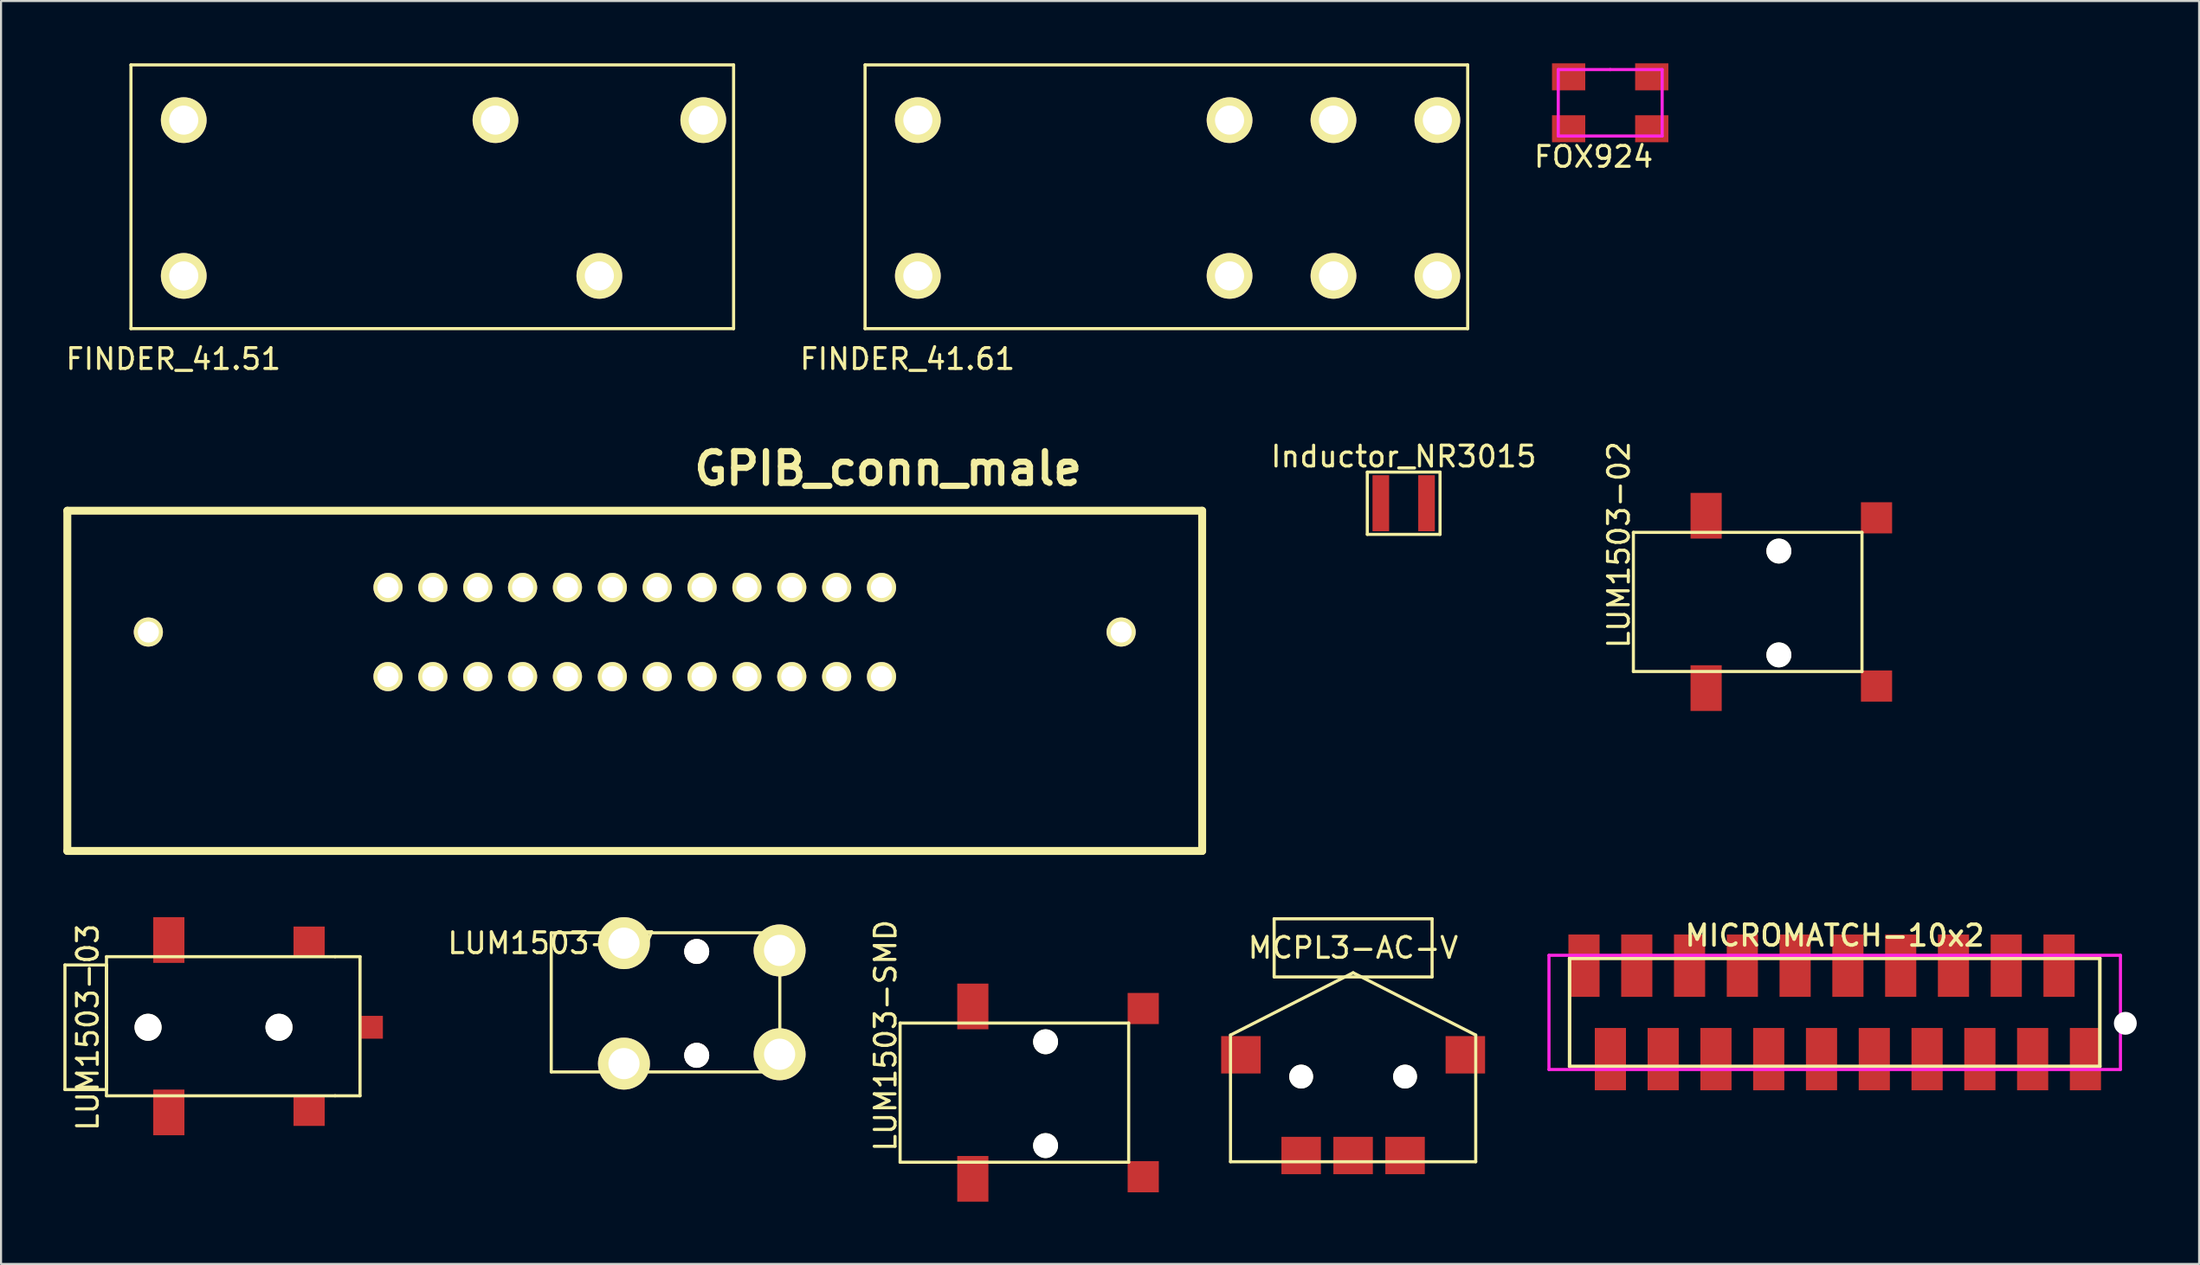
<source format=kicad_pcb>
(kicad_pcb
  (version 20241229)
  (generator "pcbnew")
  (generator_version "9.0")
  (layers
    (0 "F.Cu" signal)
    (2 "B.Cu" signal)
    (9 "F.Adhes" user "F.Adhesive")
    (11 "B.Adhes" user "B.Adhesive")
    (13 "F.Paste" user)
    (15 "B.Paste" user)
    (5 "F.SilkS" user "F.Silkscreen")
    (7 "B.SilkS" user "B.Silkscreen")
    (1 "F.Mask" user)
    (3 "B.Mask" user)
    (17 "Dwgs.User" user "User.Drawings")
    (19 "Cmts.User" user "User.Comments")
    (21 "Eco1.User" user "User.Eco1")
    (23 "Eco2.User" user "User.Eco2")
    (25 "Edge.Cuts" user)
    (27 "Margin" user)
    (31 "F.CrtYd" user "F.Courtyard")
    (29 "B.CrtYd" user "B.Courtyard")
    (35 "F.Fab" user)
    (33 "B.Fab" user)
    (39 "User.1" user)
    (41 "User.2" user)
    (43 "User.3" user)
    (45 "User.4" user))
  (footprint "LUM1503-02"
    (layer "F.Cu")
    (at 81.151 25.984)
    (property "Reference" "LUM1503-02" (at -6.3 -2.8 90) (layer "F.SilkS") (effects (font (size 1 1) (thickness 0.15))))
    (attr through_hole)
    (fp_line (start -5.6 -3.4) (end -5.6 3.3) (stroke (width 0.15) (type solid)) (layer "F.SilkS"))
    (fp_line (start -5.6 3.3) (end 5.4 3.3) (stroke (width 0.15) (type solid)) (layer "F.SilkS"))
    (fp_line (start 5.4 -3.4) (end -5.6 -3.4) (stroke (width 0.15) (type solid)) (layer "F.SilkS"))
    (fp_line (start 5.4 3.3) (end 5.4 -3.4) (stroke (width 0.15) (type solid)) (layer "F.SilkS"))
    (pad "" np_thru_hole circle (at 1.4 -2.5) (size 1.2 1.2) (drill 1.2) (layers "*.Cu" "*.Mask" "F.SilkS"))
    (pad "" np_thru_hole circle (at 1.4 2.5) (size 1.2 1.2) (drill 1.2) (layers "*.Cu" "*.Mask" "F.SilkS"))
    (pad "1" smd rect (at 6.1 4) (size 1.5 1.5) (layers "F.Cu" "F.Mask" "F.Paste"))
    (pad "2" smd rect (at -2.1 -4.2) (size 1.5 2.2) (layers "F.Cu" "F.Mask" "F.Paste"))
    (pad "2" smd rect (at -2.1 4.1) (size 1.5 2.2) (layers "F.Cu" "F.Mask" "F.Paste"))
    (pad "3" smd rect (at 6.1 -4.1) (size 1.5 1.5) (layers "F.Cu" "F.Mask" "F.Paste")))
  (footprint "Inductor_NR3015"
    (layer "F.Cu")
    (at 64.497 21.181)
    (property "Reference" "Inductor_NR3015" (at 0 -2.25 0) (layer "F.SilkS") (effects (font (size 1 1) (thickness 0.15))))
    (attr through_hole)
    (fp_line (start -1.75 -1.5) (end 1.75 -1.5) (stroke (width 0.15) (type solid)) (layer "F.SilkS"))
    (fp_line (start -1.75 1.5) (end -1.75 -1.5) (stroke (width 0.15) (type solid)) (layer "F.SilkS"))
    (fp_line (start 1.75 -1.5) (end 1.75 1.5) (stroke (width 0.15) (type solid)) (layer "F.SilkS"))
    (fp_line (start 1.75 1.5) (end -1.75 1.5) (stroke (width 0.15) (type solid)) (layer "F.SilkS"))
    (pad "1" smd rect (at -1.1 0) (size 0.8 2.7) (layers "F.Cu" "F.Mask" "F.Paste"))
    (pad "2" smd rect (at 1.1 0) (size 0.8 2.7) (layers "F.Cu" "F.Mask" "F.Paste")))
  (footprint "FINDER_41.51"
    (layer "F.Cu")
    (at 16.792 6.235)
    (property "Reference" "FINDER_41.51" (at -11.5 8 0) (layer "F.SilkS") (effects (font (size 1 1) (thickness 0.15))))
    (attr through_hole)
    (fp_line (start -13.54 -6.16) (end 15.46 -6.16) (stroke (width 0.15) (type solid)) (layer "F.SilkS"))
    (fp_line (start -13.54 6.54) (end -13.54 -6.16) (stroke (width 0.15) (type solid)) (layer "F.SilkS"))
    (fp_line (start 15.46 -6.16) (end 15.46 6.54) (stroke (width 0.15) (type solid)) (layer "F.SilkS"))
    (fp_line (start 15.46 6.54) (end -13.54 6.54) (stroke (width 0.15) (type solid)) (layer "F.SilkS"))
    (pad "11" thru_hole circle (at 9 4) (size 2.2 2.2) (drill 1.4) (layers "*.Cu" "*.Mask" "F.SilkS"))
    (pad "12" thru_hole circle (at 4 -3.5) (size 2.2 2.2) (drill 1.4) (layers "*.Cu" "*.Mask" "F.SilkS"))
    (pad "14" thru_hole circle (at 14 -3.5) (size 2.2 2.2) (drill 1.4) (layers "*.Cu" "*.Mask" "F.SilkS"))
    (pad "A1" thru_hole circle (at -11 -3.5) (size 2.2 2.2) (drill 1.4) (layers "*.Cu" "*.Mask" "F.SilkS"))
    (pad "A2" thru_hole circle (at -11 4) (size 2.2 2.2) (drill 1.4) (layers "*.Cu" "*.Mask" "F.SilkS")))
  (footprint "GPIB_conn_male"
    (layer "F.Cu")
    (at 27.495 27.384)
    (property "Reference" "GPIB_conn_male" (at 12.192 -7.874 0) (layer "F.SilkS") (effects (font (size 1.524 1.524) (thickness 0.305))))
    (attr through_hole)
    (fp_line (start -27.305 -5.842) (end 27.305 -5.842) (stroke (width 0.381) (type solid)) (layer "F.SilkS"))
    (fp_line (start -27.305 10.541) (end -27.305 -5.842) (stroke (width 0.381) (type solid)) (layer "F.SilkS"))
    (fp_line (start -27.305 10.541) (end 27.305 10.541) (stroke (width 0.381) (type solid)) (layer "F.SilkS"))
    (fp_line (start 27.305 -5.842) (end 27.305 10.541) (stroke (width 0.381) (type solid)) (layer "F.SilkS"))
    (pad "1" thru_hole circle (at -11.874 -2.146) (size 1.4 1.4) (drill 1.016) (layers "*.Cu" "*.Mask" "F.SilkS"))
    (pad "2" thru_hole circle (at -9.716 -2.146) (size 1.4 1.4) (drill 1.016) (layers "*.Cu" "*.Mask" "F.SilkS"))
    (pad "3" thru_hole circle (at -7.556 -2.146) (size 1.4 1.4) (drill 1.016) (layers "*.Cu" "*.Mask" "F.SilkS"))
    (pad "4" thru_hole circle (at -5.397 -2.146) (size 1.4 1.4) (drill 1.016) (layers "*.Cu" "*.Mask" "F.SilkS"))
    (pad "5" thru_hole circle (at -3.239 -2.146) (size 1.4 1.4) (drill 1.016) (layers "*.Cu" "*.Mask" "F.SilkS"))
    (pad "6" thru_hole circle (at -1.079 -2.146) (size 1.4 1.4) (drill 1.016) (layers "*.Cu" "*.Mask" "F.SilkS"))
    (pad "7" thru_hole circle (at 1.079 -2.146) (size 1.4 1.4) (drill 1.016) (layers "*.Cu" "*.Mask" "F.SilkS"))
    (pad "8" thru_hole circle (at 3.239 -2.146) (size 1.4 1.4) (drill 1.016) (layers "*.Cu" "*.Mask" "F.SilkS"))
    (pad "9" thru_hole circle (at 5.397 -2.146) (size 1.4 1.4) (drill 1.016) (layers "*.Cu" "*.Mask" "F.SilkS"))
    (pad "10" thru_hole circle (at 7.556 -2.146) (size 1.4 1.4) (drill 1.016) (layers "*.Cu" "*.Mask" "F.SilkS"))
    (pad "11" thru_hole circle (at 9.716 -2.146) (size 1.4 1.4) (drill 1.016) (layers "*.Cu" "*.Mask" "F.SilkS"))
    (pad "12" thru_hole circle (at 11.874 -2.146) (size 1.4 1.4) (drill 1.016) (layers "*.Cu" "*.Mask" "F.SilkS"))
    (pad "13" thru_hole circle (at -11.874 2.146) (size 1.4 1.4) (drill 1.016) (layers "*.Cu" "*.Mask" "F.SilkS"))
    (pad "14" thru_hole circle (at -9.716 2.146) (size 1.4 1.4) (drill 1.016) (layers "*.Cu" "*.Mask" "F.SilkS"))
    (pad "15" thru_hole circle (at -7.556 2.146) (size 1.4 1.4) (drill 1.016) (layers "*.Cu" "*.Mask" "F.SilkS"))
    (pad "16" thru_hole circle (at -5.397 2.146) (size 1.4 1.4) (drill 1.016) (layers "*.Cu" "*.Mask" "F.SilkS"))
    (pad "17" thru_hole circle (at -3.239 2.146) (size 1.4 1.4) (drill 1.016) (layers "*.Cu" "*.Mask" "F.SilkS"))
    (pad "18" thru_hole circle (at -1.079 2.146) (size 1.4 1.4) (drill 1.016) (layers "*.Cu" "*.Mask" "F.SilkS"))
    (pad "19" thru_hole circle (at 1.079 2.146) (size 1.4 1.4) (drill 1.016) (layers "*.Cu" "*.Mask" "F.SilkS"))
    (pad "20" thru_hole circle (at 3.239 2.146) (size 1.4 1.4) (drill 1.016) (layers "*.Cu" "*.Mask" "F.SilkS"))
    (pad "21" thru_hole circle (at 5.397 2.146) (size 1.4 1.4) (drill 1.016) (layers "*.Cu" "*.Mask" "F.SilkS"))
    (pad "22" thru_hole circle (at 7.556 2.146) (size 1.4 1.4) (drill 1.016) (layers "*.Cu" "*.Mask" "F.SilkS"))
    (pad "23" thru_hole circle (at 9.716 2.146) (size 1.4 1.4) (drill 1.016) (layers "*.Cu" "*.Mask" "F.SilkS"))
    (pad "24" thru_hole circle (at 11.874 2.146) (size 1.4 1.4) (drill 1.016) (layers "*.Cu" "*.Mask" "F.SilkS"))
    (pad "25" thru_hole circle (at -23.406 0) (size 1.4 1.4) (drill 1.016) (layers "*.Cu" "*.Mask" "F.SilkS"))
    (pad "26" thru_hole circle (at 23.406 0) (size 1.4 1.4) (drill 1.016) (layers "*.Cu" "*.Mask" "F.SilkS")))
  (footprint "MCPL3-AC-V"
    (layer "F.Cu")
    (at 62.064 48.79)
    (property "Reference" "MCPL3-AC-V" (at 0 -6.2 0) (layer "F.SilkS") (effects (font (size 1 1) (thickness 0.15))))
    (attr through_hole)
    (fp_line (start -5.9 -2) (end 0 -5) (stroke (width 0.15) (type solid)) (layer "F.SilkS"))
    (fp_line (start -5.9 4.1) (end -5.9 -2) (stroke (width 0.15) (type solid)) (layer "F.SilkS"))
    (fp_line (start -5.9 4.1) (end 5.9 4.1) (stroke (width 0.15) (type solid)) (layer "F.SilkS"))
    (fp_line (start -3.8 -7.6) (end 3.8 -7.6) (stroke (width 0.15) (type solid)) (layer "F.SilkS"))
    (fp_line (start -3.8 -4.8) (end -3.8 -7.6) (stroke (width 0.15) (type solid)) (layer "F.SilkS"))
    (fp_line (start 0 -5) (end 5.9 -2) (stroke (width 0.15) (type solid)) (layer "F.SilkS"))
    (fp_line (start 3.8 -7.6) (end 3.8 -4.8) (stroke (width 0.15) (type solid)) (layer "F.SilkS"))
    (fp_line (start 3.8 -4.8) (end -3.8 -4.8) (stroke (width 0.15) (type solid)) (layer "F.SilkS"))
    (fp_line (start 5.9 -2) (end 5.9 4.1) (stroke (width 0.15) (type solid)) (layer "F.SilkS"))
    (pad "" np_thru_hole circle (at -2.5 0) (size 1.15 1.15) (drill 1.15) (layers "*.Cu" "*.Mask" "F.SilkS"))
    (pad "" np_thru_hole circle (at 2.5 0) (size 1.15 1.15) (drill 1.15) (layers "*.Cu" "*.Mask" "F.SilkS"))
    (pad "1" smd rect (at -2.5 3.8) (size 1.9 1.8) (layers "F.Cu" "F.Mask" "F.Paste"))
    (pad "2" smd rect (at 2.5 3.8) (size 1.9 1.8) (layers "F.Cu" "F.Mask" "F.Paste"))
    (pad "3" smd rect (at 0 3.8) (size 1.9 1.8) (layers "F.Cu" "F.Mask" "F.Paste"))
    (pad "4" smd rect (at 5.4 -1.05) (size 1.9 1.8) (layers "F.Cu" "F.Mask" "F.Paste"))
    (pad "5" smd rect (at -5.4 -1.05) (size 1.9 1.8) (layers "F.Cu" "F.Mask" "F.Paste")))
  (footprint "MICROMATCH-10x2"
    (layer "F.Cu")
    (at 85.239 45.699)
    (property "Reference" "MICROMATCH-10x2" (at 0 -3.7 0) (layer "F.SilkS") (effects (font (size 1 1) (thickness 0.17))))
    (attr through_hole)
    (fp_line (start -12.758 2.6) (end -12.758 -2.6) (stroke (width 0.17) (type solid)) (layer "F.SilkS"))
    (fp_line (start 12.758 -2.6) (end -12.758 -2.6) (stroke (width 0.17) (type solid)) (layer "F.SilkS"))
    (fp_line (start 12.758 2.6) (end -12.758 2.6) (stroke (width 0.17) (type solid)) (layer "F.SilkS"))
    (fp_line (start 12.758 2.6) (end 12.758 -2.6) (stroke (width 0.17) (type solid)) (layer "F.SilkS"))
    (fp_line (start -13.75 -2.75) (end -13.75 2.75) (stroke (width 0.15) (type solid)) (layer "F.CrtYd"))
    (fp_line (start -13.75 2.75) (end 13.75 2.75) (stroke (width 0.15) (type solid)) (layer "F.CrtYd"))
    (fp_line (start 13.75 -2.75) (end -13.75 -2.75) (stroke (width 0.15) (type solid)) (layer "F.CrtYd"))
    (fp_line (start 13.75 2.75) (end 13.75 -2.75) (stroke (width 0.15) (type solid)) (layer "F.CrtYd"))
    (pad "" np_thru_hole circle (at 13.985 0.525) (size 1.1 1.1) (drill 1.1) (layers "*.Cu" "*.Mask"))
    (pad "1" smd rect (at -12.065 -2.25) (size 1.5 3) (layers "F.Cu" "F.Mask" "F.Paste"))
    (pad "2" smd rect (at -10.795 2.25) (size 1.5 3) (layers "F.Cu" "F.Mask" "F.Paste"))
    (pad "3" smd rect (at -9.525 -2.25) (size 1.5 3) (layers "F.Cu" "F.Mask" "F.Paste"))
    (pad "4" smd rect (at -8.255 2.25) (size 1.5 3) (layers "F.Cu" "F.Mask" "F.Paste"))
    (pad "5" smd rect (at -6.985 -2.25) (size 1.5 3) (layers "F.Cu" "F.Mask" "F.Paste"))
    (pad "6" smd rect (at -5.715 2.25) (size 1.5 3) (layers "F.Cu" "F.Mask" "F.Paste"))
    (pad "7" smd rect (at -4.445 -2.25) (size 1.5 3) (layers "F.Cu" "F.Mask" "F.Paste"))
    (pad "8" smd rect (at -3.175 2.25) (size 1.5 3) (layers "F.Cu" "F.Mask" "F.Paste"))
    (pad "9" smd rect (at -1.905 -2.25) (size 1.5 3) (layers "F.Cu" "F.Mask" "F.Paste"))
    (pad "10" smd rect (at -0.635 2.25) (size 1.5 3) (layers "F.Cu" "F.Mask" "F.Paste"))
    (pad "11" smd rect (at 0.635 -2.25) (size 1.5 3) (layers "F.Cu" "F.Mask" "F.Paste"))
    (pad "12" smd rect (at 1.905 2.25) (size 1.5 3) (layers "F.Cu" "F.Mask" "F.Paste"))
    (pad "13" smd rect (at 3.175 -2.25) (size 1.5 3) (layers "F.Cu" "F.Mask" "F.Paste"))
    (pad "14" smd rect (at 4.445 2.25) (size 1.5 3) (layers "F.Cu" "F.Mask" "F.Paste"))
    (pad "15" smd rect (at 5.715 -2.25) (size 1.5 3) (layers "F.Cu" "F.Mask" "F.Paste"))
    (pad "16" smd rect (at 6.985 2.25) (size 1.5 3) (layers "F.Cu" "F.Mask" "F.Paste"))
    (pad "17" smd rect (at 8.255 -2.25) (size 1.5 3) (layers "F.Cu" "F.Mask" "F.Paste"))
    (pad "18" smd rect (at 9.525 2.25) (size 1.5 3) (layers "F.Cu" "F.Mask" "F.Paste"))
    (pad "19" smd rect (at 10.795 -2.25) (size 1.5 3) (layers "F.Cu" "F.Mask" "F.Paste"))
    (pad "20" smd rect (at 12.065 2.25) (size 1.5 3) (layers "F.Cu" "F.Mask" "F.Paste")))
  (footprint "LUM1503-03"
    (layer "F.Cu")
    (at 7.675 46.415)
    (property "Reference" "LUM1503-03" (at -6.5 0 90) (layer "F.SilkS") (effects (font (size 1 1) (thickness 0.15))))
    (attr through_hole)
    (fp_line (start -7.6 -3) (end -7.6 3) (stroke (width 0.15) (type solid)) (layer "F.SilkS"))
    (fp_line (start -7.6 3) (end -5.6 3) (stroke (width 0.15) (type solid)) (layer "F.SilkS"))
    (fp_line (start -5.6 -3.4) (end -5.6 3.3) (stroke (width 0.15) (type solid)) (layer "F.SilkS"))
    (fp_line (start -5.6 -3) (end -7.6 -3) (stroke (width 0.15) (type solid)) (layer "F.SilkS"))
    (fp_line (start -5.6 0) (end -5.6 -3) (stroke (width 0.15) (type solid)) (layer "F.SilkS"))
    (fp_line (start -5.6 3) (end -5.6 0) (stroke (width 0.15) (type solid)) (layer "F.SilkS"))
    (fp_line (start -5.6 3.3) (end 5.4 3.3) (stroke (width 0.15) (type solid)) (layer "F.SilkS"))
    (fp_line (start 5.4 -3.4) (end -5.6 -3.4) (stroke (width 0.15) (type solid)) (layer "F.SilkS"))
    (fp_line (start 6.6 -3.4) (end 5.4 -3.4) (stroke (width 0.15) (type solid)) (layer "F.SilkS"))
    (fp_line (start 6.6 3.3) (end 5.4 3.3) (stroke (width 0.15) (type solid)) (layer "F.SilkS"))
    (fp_line (start 6.6 3.3) (end 6.6 -3.4) (stroke (width 0.15) (type solid)) (layer "F.SilkS"))
    (pad "" np_thru_hole circle (at -3.6 0) (size 1.3 1.3) (drill 1.3) (layers "*.Cu" "*.Mask" "F.SilkS"))
    (pad "" np_thru_hole circle (at 2.7 0) (size 1.3 1.3) (drill 1.3) (layers "*.Cu" "*.Mask" "F.SilkS"))
    (pad "1" smd rect (at 4.15 4) (size 1.5 1.5) (layers "F.Cu" "F.Mask" "F.Paste"))
    (pad "2" smd rect (at 7.15 0) (size 1.1 1.1) (layers "F.Cu" "F.Mask" "F.Paste"))
    (pad "3" smd rect (at 4.15 -4.1) (size 1.5 1.5) (layers "F.Cu" "F.Mask" "F.Paste"))
    (pad "NC" connect rect (at -2.6 -4.2) (size 1.5 2.2) (layers "F.Cu" "F.Mask"))
    (pad "NC" connect rect (at -2.6 4.1) (size 1.5 2.2) (layers "F.Cu" "F.Mask")))
  (footprint "FOX924"
    (layer "F.Cu")
    (at 74.435 1.9)
    (property "Reference" "FOX924" (at -0.8 2.6 0) (layer "F.SilkS") (effects (font (size 1 1) (thickness 0.15))))
    (attr through_hole)
    (fp_line (start -2.5 -1.6) (end -2.5 1.6) (stroke (width 0.15) (type solid)) (layer "F.CrtYd"))
    (fp_line (start -2.5 1.6) (end 2.5 1.6) (stroke (width 0.15) (type solid)) (layer "F.CrtYd"))
    (fp_line (start 0 -1.6) (end -2.5 -1.6) (stroke (width 0.15) (type solid)) (layer "F.CrtYd"))
    (fp_line (start 2.5 -1.6) (end 0 -1.6) (stroke (width 0.15) (type solid)) (layer "F.CrtYd"))
    (fp_line (start 2.5 1.6) (end 2.5 -1.6) (stroke (width 0.15) (type solid)) (layer "F.CrtYd"))
    (pad "1" smd rect (at -2 -1.25) (size 1.6 1.3) (layers "F.Cu" "F.Mask" "F.Paste"))
    (pad "2" smd rect (at 2 -1.25) (size 1.6 1.3) (layers "F.Cu" "F.Mask" "F.Paste"))
    (pad "3" smd rect (at 2 1.25) (size 1.6 1.3) (layers "F.Cu" "F.Mask" "F.Paste"))
    (pad "4" smd rect (at -2 1.25) (size 1.6 1.3) (layers "F.Cu" "F.Mask" "F.Paste")))
  (footprint "LUM1503-SMD"
    (layer "F.Cu")
    (at 45.864 49.612)
    (property "Reference" "LUM1503-SMD" (at -6.3 -2.8 90) (layer "F.SilkS") (effects (font (size 1 1) (thickness 0.15))))
    (attr through_hole)
    (fp_line (start -5.6 -3.4) (end -5.6 3.3) (stroke (width 0.15) (type solid)) (layer "F.SilkS"))
    (fp_line (start -5.6 3.3) (end 5.4 3.3) (stroke (width 0.15) (type solid)) (layer "F.SilkS"))
    (fp_line (start 5.4 -3.4) (end -5.6 -3.4) (stroke (width 0.15) (type solid)) (layer "F.SilkS"))
    (fp_line (start 5.4 3.3) (end 5.4 -3.4) (stroke (width 0.15) (type solid)) (layer "F.SilkS"))
    (pad "" np_thru_hole circle (at 1.4 -2.5) (size 1.2 1.2) (drill 1.2) (layers "*.Cu" "*.Mask" "F.SilkS"))
    (pad "" np_thru_hole circle (at 1.4 2.5) (size 1.2 1.2) (drill 1.2) (layers "*.Cu" "*.Mask" "F.SilkS"))
    (pad "1" smd rect (at 6.1 -4.1) (size 1.5 1.5) (layers "F.Cu" "F.Mask" "F.Paste"))
    (pad "2" smd rect (at -2.1 -4.2) (size 1.5 2.2) (layers "F.Cu" "F.Mask" "F.Paste"))
    (pad "2" smd rect (at -2.1 4.1) (size 1.5 2.2) (layers "F.Cu" "F.Mask" "F.Paste"))
    (pad "3" smd rect (at 6.1 4) (size 1.5 1.5) (layers "F.Cu" "F.Mask" "F.Paste")))
  (footprint "FINDER_41.61"
    (layer "F.Cu")
    (at 52.118 6.235)
    (property "Reference" "FINDER_41.61" (at -11.5 8 0) (layer "F.SilkS") (effects (font (size 1 1) (thickness 0.15))))
    (attr through_hole)
    (fp_line (start -13.54 -6.16) (end 15.46 -6.16) (stroke (width 0.15) (type solid)) (layer "F.SilkS"))
    (fp_line (start -13.54 6.54) (end -13.54 -6.16) (stroke (width 0.15) (type solid)) (layer "F.SilkS"))
    (fp_line (start 15.46 -6.16) (end 15.46 6.54) (stroke (width 0.15) (type solid)) (layer "F.SilkS"))
    (fp_line (start 15.46 6.54) (end -13.54 6.54) (stroke (width 0.15) (type solid)) (layer "F.SilkS"))
    (pad "11" thru_hole circle (at 9 -3.5) (size 2.2 2.2) (drill 1.4) (layers "*.Cu" "*.Mask" "F.SilkS"))
    (pad "11" thru_hole circle (at 9 4) (size 2.2 2.2) (drill 1.4) (layers "*.Cu" "*.Mask" "F.SilkS"))
    (pad "12" thru_hole circle (at 4 -3.5) (size 2.2 2.2) (drill 1.4) (layers "*.Cu" "*.Mask" "F.SilkS"))
    (pad "12" thru_hole circle (at 4 4) (size 2.2 2.2) (drill 1.4) (layers "*.Cu" "*.Mask" "F.SilkS"))
    (pad "14" thru_hole circle (at 14 -3.5) (size 2.2 2.2) (drill 1.4) (layers "*.Cu" "*.Mask" "F.SilkS"))
    (pad "14" thru_hole circle (at 14 4) (size 2.2 2.2) (drill 1.4) (layers "*.Cu" "*.Mask" "F.SilkS"))
    (pad "A1" thru_hole circle (at -11 -3.5) (size 2.2 2.2) (drill 1.4) (layers "*.Cu" "*.Mask" "F.SilkS"))
    (pad "A2" thru_hole circle (at -11 4) (size 2.2 2.2) (drill 1.4) (layers "*.Cu" "*.Mask" "F.SilkS")))
  (footprint "LUM1503-07"
    (layer "F.Cu")
    (at 23.476 41.865)
    (property "Reference" "LUM1503-07" (at 0 0.5 0) (layer "F.SilkS") (effects (font (size 1 1) (thickness 0.15))))
    (attr through_hole)
    (fp_line (start 0 0) (end 0 6.7) (stroke (width 0.15) (type solid)) (layer "F.SilkS"))
    (fp_line (start 0 6.7) (end 11 6.7) (stroke (width 0.15) (type solid)) (layer "F.SilkS"))
    (fp_line (start 11 0) (end 0 0) (stroke (width 0.15) (type solid)) (layer "F.SilkS"))
    (fp_line (start 11 6.7) (end 11 0) (stroke (width 0.15) (type solid)) (layer "F.SilkS"))
    (pad "" thru_hole circle (at 7 0.9) (size 1.2 1.2) (drill 1.2) (layers "*.Cu" "*.Mask" "F.SilkS"))
    (pad "" thru_hole circle (at 7 5.9) (size 1.2 1.2) (drill 1.2) (layers "*.Cu" "*.Mask" "F.SilkS"))
    (pad "1" thru_hole circle (at 10.99 0.85) (size 2.5 2.5) (drill 1.5) (layers "*.Cu" "*.Mask" "F.SilkS"))
    (pad "2" thru_hole circle (at 3.5 0.5) (size 2.5 2.5) (drill 1.5) (layers "*.Cu" "*.Mask" "F.SilkS"))
    (pad "2" thru_hole circle (at 3.5 6.3) (size 2.5 2.5) (drill 1.5) (layers "*.Cu" "*.Mask" "F.SilkS"))
    (pad "3" thru_hole circle (at 10.99 5.85) (size 2.5 2.5) (drill 1.5) (layers "*.Cu" "*.Mask" "F.SilkS")))
  (gr_rect
    (start -3 -3)
    (end 102.774 57.812)
    (stroke (width 0.1) (type default))
    (fill no)
    (layer "Edge.Cuts")))
</source>
